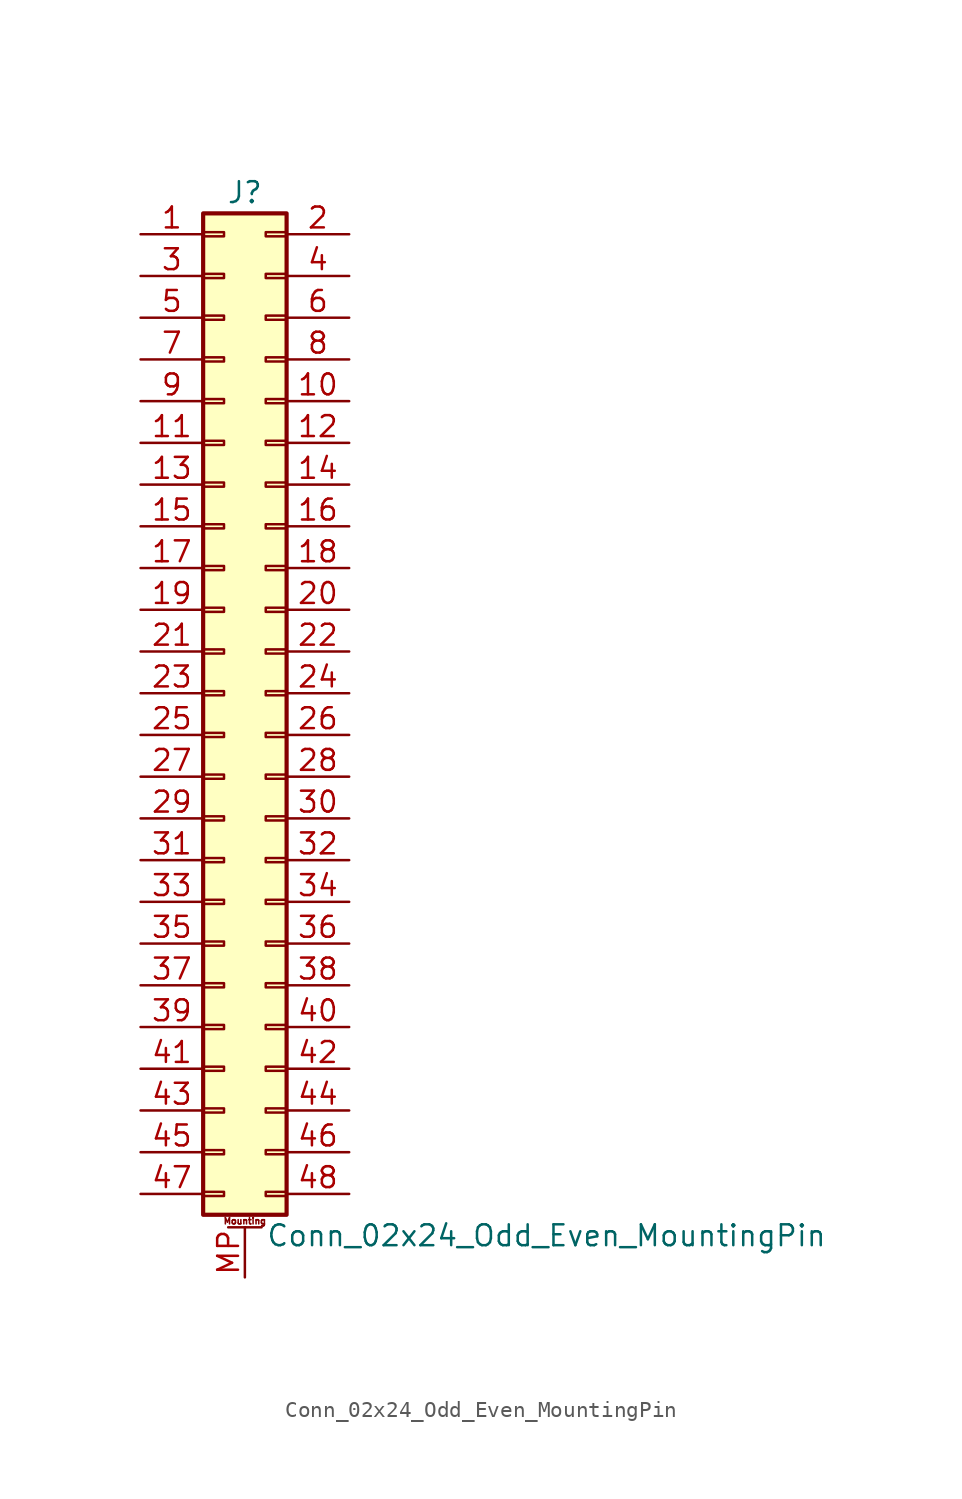
<source format=kicad_sym>
(kicad_symbol_lib
  (version 20201005)
  (generator kicad_symbol_editor)
  (symbol "Conn_02x24_Odd_Even_MountingPin"
    (pin_names
      (offset 1.016) hide)
    (property "Reference" "J"
      (at 1.27 30.48 0)
      (effects (font (size 1.27 1.27))))
    (property "Value" "Conn_02x24_Odd_Even_MountingPin"
      (at 2.54 -33.02 0)
      (effects (font (size 1.27 1.27)) (justify left)))
    (symbol "Conn_02x24_Odd_Even_MountingPin_1_1"
      (text "Mounting" (at 1.27 -32.131 0) (effects (font (size 0.381 0.381))))
      (rectangle (start -1.27 -30.353) (end 0 -30.607) (stroke (width 0.152)) (fill (type none)))
      (rectangle (start -1.27 -27.813) (end 0 -28.067) (stroke (width 0.152)) (fill (type none)))
      (rectangle (start -1.27 -25.273) (end 0 -25.527) (stroke (width 0.152)) (fill (type none)))
      (rectangle (start -1.27 -22.733) (end 0 -22.987) (stroke (width 0.152)) (fill (type none)))
      (rectangle (start -1.27 -20.193) (end 0 -20.447) (stroke (width 0.152)) (fill (type none)))
      (rectangle (start -1.27 -17.653) (end 0 -17.907) (stroke (width 0.152)) (fill (type none)))
      (rectangle (start -1.27 -15.113) (end 0 -15.367) (stroke (width 0.152)) (fill (type none)))
      (rectangle (start -1.27 -12.573) (end 0 -12.827) (stroke (width 0.152)) (fill (type none)))
      (rectangle (start -1.27 -10.033) (end 0 -10.287) (stroke (width 0.152)) (fill (type none)))
      (rectangle (start -1.27 -7.493) (end 0 -7.747) (stroke (width 0.152)) (fill (type none)))
      (rectangle (start -1.27 -4.953) (end 0 -5.207) (stroke (width 0.152)) (fill (type none)))
      (rectangle (start -1.27 -2.413) (end 0 -2.667) (stroke (width 0.152)) (fill (type none)))
      (rectangle (start -1.27 0.127) (end 0 -0.127) (stroke (width 0.152)) (fill (type none)))
      (rectangle (start -1.27 2.667) (end 0 2.413) (stroke (width 0.152)) (fill (type none)))
      (rectangle (start -1.27 5.207) (end 0 4.953) (stroke (width 0.152)) (fill (type none)))
      (rectangle (start -1.27 7.747) (end 0 7.493) (stroke (width 0.152)) (fill (type none)))
      (rectangle (start -1.27 10.287) (end 0 10.033) (stroke (width 0.152)) (fill (type none)))
      (rectangle (start -1.27 12.827) (end 0 12.573) (stroke (width 0.152)) (fill (type none)))
      (rectangle (start -1.27 15.367) (end 0 15.113) (stroke (width 0.152)) (fill (type none)))
      (rectangle (start -1.27 17.907) (end 0 17.653) (stroke (width 0.152)) (fill (type none)))
      (rectangle (start -1.27 20.447) (end 0 20.193) (stroke (width 0.152)) (fill (type none)))
      (rectangle (start -1.27 22.987) (end 0 22.733) (stroke (width 0.152)) (fill (type none)))
      (rectangle (start -1.27 25.527) (end 0 25.273) (stroke (width 0.152)) (fill (type none)))
      (rectangle (start -1.27 28.067) (end 0 27.813) (stroke (width 0.152)) (fill (type none)))
      (rectangle (start -1.27 29.21) (end 3.81 -31.75) (stroke (width 0.254)) (fill (type background)))
      (rectangle (start 3.81 -30.353) (end 2.54 -30.607) (stroke (width 0.152)) (fill (type none)))
      (rectangle (start 3.81 -27.813) (end 2.54 -28.067) (stroke (width 0.152)) (fill (type none)))
      (rectangle (start 3.81 -25.273) (end 2.54 -25.527) (stroke (width 0.152)) (fill (type none)))
      (rectangle (start 3.81 -22.733) (end 2.54 -22.987) (stroke (width 0.152)) (fill (type none)))
      (rectangle (start 3.81 -20.193) (end 2.54 -20.447) (stroke (width 0.152)) (fill (type none)))
      (rectangle (start 3.81 -17.653) (end 2.54 -17.907) (stroke (width 0.152)) (fill (type none)))
      (rectangle (start 3.81 -15.113) (end 2.54 -15.367) (stroke (width 0.152)) (fill (type none)))
      (rectangle (start 3.81 -12.573) (end 2.54 -12.827) (stroke (width 0.152)) (fill (type none)))
      (rectangle (start 3.81 -10.033) (end 2.54 -10.287) (stroke (width 0.152)) (fill (type none)))
      (rectangle (start 3.81 -7.493) (end 2.54 -7.747) (stroke (width 0.152)) (fill (type none)))
      (rectangle (start 3.81 -4.953) (end 2.54 -5.207) (stroke (width 0.152)) (fill (type none)))
      (rectangle (start 3.81 -2.413) (end 2.54 -2.667) (stroke (width 0.152)) (fill (type none)))
      (rectangle (start 3.81 0.127) (end 2.54 -0.127) (stroke (width 0.152)) (fill (type none)))
      (rectangle (start 3.81 2.667) (end 2.54 2.413) (stroke (width 0.152)) (fill (type none)))
      (rectangle (start 3.81 5.207) (end 2.54 4.953) (stroke (width 0.152)) (fill (type none)))
      (rectangle (start 3.81 7.747) (end 2.54 7.493) (stroke (width 0.152)) (fill (type none)))
      (rectangle (start 3.81 10.287) (end 2.54 10.033) (stroke (width 0.152)) (fill (type none)))
      (rectangle (start 3.81 12.827) (end 2.54 12.573) (stroke (width 0.152)) (fill (type none)))
      (rectangle (start 3.81 15.367) (end 2.54 15.113) (stroke (width 0.152)) (fill (type none)))
      (rectangle (start 3.81 17.907) (end 2.54 17.653) (stroke (width 0.152)) (fill (type none)))
      (rectangle (start 3.81 20.447) (end 2.54 20.193) (stroke (width 0.152)) (fill (type none)))
      (rectangle (start 3.81 22.987) (end 2.54 22.733) (stroke (width 0.152)) (fill (type none)))
      (rectangle (start 3.81 25.527) (end 2.54 25.273) (stroke (width 0.152)) (fill (type none)))
      (rectangle (start 3.81 28.067) (end 2.54 27.813) (stroke (width 0.152)) (fill (type none)))
      (polyline (pts (xy 0.254 -32.512) (xy 2.286 -32.512)) (stroke (width 0.152)) (fill (type none)))
      (pin passive line (at -5.08 27.94 0) (length 3.81) (name "Pin_1" (effects (font (size 1.27 1.27)))) (number "1" (effects (font (size 1.27 1.27)))))
      (pin passive line (at 7.62 17.78 180) (length 3.81) (name "Pin_10" (effects (font (size 1.27 1.27)))) (number "10" (effects (font (size 1.27 1.27)))))
      (pin passive line (at -5.08 15.24 0) (length 3.81) (name "Pin_11" (effects (font (size 1.27 1.27)))) (number "11" (effects (font (size 1.27 1.27)))))
      (pin passive line (at 7.62 15.24 180) (length 3.81) (name "Pin_12" (effects (font (size 1.27 1.27)))) (number "12" (effects (font (size 1.27 1.27)))))
      (pin passive line (at -5.08 12.7 0) (length 3.81) (name "Pin_13" (effects (font (size 1.27 1.27)))) (number "13" (effects (font (size 1.27 1.27)))))
      (pin passive line (at 7.62 12.7 180) (length 3.81) (name "Pin_14" (effects (font (size 1.27 1.27)))) (number "14" (effects (font (size 1.27 1.27)))))
      (pin passive line (at -5.08 10.16 0) (length 3.81) (name "Pin_15" (effects (font (size 1.27 1.27)))) (number "15" (effects (font (size 1.27 1.27)))))
      (pin passive line (at 7.62 10.16 180) (length 3.81) (name "Pin_16" (effects (font (size 1.27 1.27)))) (number "16" (effects (font (size 1.27 1.27)))))
      (pin passive line (at -5.08 7.62 0) (length 3.81) (name "Pin_17" (effects (font (size 1.27 1.27)))) (number "17" (effects (font (size 1.27 1.27)))))
      (pin passive line (at 7.62 7.62 180) (length 3.81) (name "Pin_18" (effects (font (size 1.27 1.27)))) (number "18" (effects (font (size 1.27 1.27)))))
      (pin passive line (at -5.08 5.08 0) (length 3.81) (name "Pin_19" (effects (font (size 1.27 1.27)))) (number "19" (effects (font (size 1.27 1.27)))))
      (pin passive line (at 7.62 27.94 180) (length 3.81) (name "Pin_2" (effects (font (size 1.27 1.27)))) (number "2" (effects (font (size 1.27 1.27)))))
      (pin passive line (at 7.62 5.08 180) (length 3.81) (name "Pin_20" (effects (font (size 1.27 1.27)))) (number "20" (effects (font (size 1.27 1.27)))))
      (pin passive line (at -5.08 2.54 0) (length 3.81) (name "Pin_21" (effects (font (size 1.27 1.27)))) (number "21" (effects (font (size 1.27 1.27)))))
      (pin passive line (at 7.62 2.54 180) (length 3.81) (name "Pin_22" (effects (font (size 1.27 1.27)))) (number "22" (effects (font (size 1.27 1.27)))))
      (pin passive line (at -5.08 0 0) (length 3.81) (name "Pin_23" (effects (font (size 1.27 1.27)))) (number "23" (effects (font (size 1.27 1.27)))))
      (pin passive line (at 7.62 0 180) (length 3.81) (name "Pin_24" (effects (font (size 1.27 1.27)))) (number "24" (effects (font (size 1.27 1.27)))))
      (pin passive line (at -5.08 -2.54 0) (length 3.81) (name "Pin_25" (effects (font (size 1.27 1.27)))) (number "25" (effects (font (size 1.27 1.27)))))
      (pin passive line (at 7.62 -2.54 180) (length 3.81) (name "Pin_26" (effects (font (size 1.27 1.27)))) (number "26" (effects (font (size 1.27 1.27)))))
      (pin passive line (at -5.08 -5.08 0) (length 3.81) (name "Pin_27" (effects (font (size 1.27 1.27)))) (number "27" (effects (font (size 1.27 1.27)))))
      (pin passive line (at 7.62 -5.08 180) (length 3.81) (name "Pin_28" (effects (font (size 1.27 1.27)))) (number "28" (effects (font (size 1.27 1.27)))))
      (pin passive line (at -5.08 -7.62 0) (length 3.81) (name "Pin_29" (effects (font (size 1.27 1.27)))) (number "29" (effects (font (size 1.27 1.27)))))
      (pin passive line (at -5.08 25.4 0) (length 3.81) (name "Pin_3" (effects (font (size 1.27 1.27)))) (number "3" (effects (font (size 1.27 1.27)))))
      (pin passive line (at 7.62 -7.62 180) (length 3.81) (name "Pin_30" (effects (font (size 1.27 1.27)))) (number "30" (effects (font (size 1.27 1.27)))))
      (pin passive line (at -5.08 -10.16 0) (length 3.81) (name "Pin_31" (effects (font (size 1.27 1.27)))) (number "31" (effects (font (size 1.27 1.27)))))
      (pin passive line (at 7.62 -10.16 180) (length 3.81) (name "Pin_32" (effects (font (size 1.27 1.27)))) (number "32" (effects (font (size 1.27 1.27)))))
      (pin passive line (at -5.08 -12.7 0) (length 3.81) (name "Pin_33" (effects (font (size 1.27 1.27)))) (number "33" (effects (font (size 1.27 1.27)))))
      (pin passive line (at 7.62 -12.7 180) (length 3.81) (name "Pin_34" (effects (font (size 1.27 1.27)))) (number "34" (effects (font (size 1.27 1.27)))))
      (pin passive line (at -5.08 -15.24 0) (length 3.81) (name "Pin_35" (effects (font (size 1.27 1.27)))) (number "35" (effects (font (size 1.27 1.27)))))
      (pin passive line (at 7.62 -15.24 180) (length 3.81) (name "Pin_36" (effects (font (size 1.27 1.27)))) (number "36" (effects (font (size 1.27 1.27)))))
      (pin passive line (at -5.08 -17.78 0) (length 3.81) (name "Pin_37" (effects (font (size 1.27 1.27)))) (number "37" (effects (font (size 1.27 1.27)))))
      (pin passive line (at 7.62 -17.78 180) (length 3.81) (name "Pin_38" (effects (font (size 1.27 1.27)))) (number "38" (effects (font (size 1.27 1.27)))))
      (pin passive line (at -5.08 -20.32 0) (length 3.81) (name "Pin_39" (effects (font (size 1.27 1.27)))) (number "39" (effects (font (size 1.27 1.27)))))
      (pin passive line (at 7.62 25.4 180) (length 3.81) (name "Pin_4" (effects (font (size 1.27 1.27)))) (number "4" (effects (font (size 1.27 1.27)))))
      (pin passive line (at 7.62 -20.32 180) (length 3.81) (name "Pin_40" (effects (font (size 1.27 1.27)))) (number "40" (effects (font (size 1.27 1.27)))))
      (pin passive line (at -5.08 -22.86 0) (length 3.81) (name "Pin_41" (effects (font (size 1.27 1.27)))) (number "41" (effects (font (size 1.27 1.27)))))
      (pin passive line (at 7.62 -22.86 180) (length 3.81) (name "Pin_42" (effects (font (size 1.27 1.27)))) (number "42" (effects (font (size 1.27 1.27)))))
      (pin passive line (at -5.08 -25.4 0) (length 3.81) (name "Pin_43" (effects (font (size 1.27 1.27)))) (number "43" (effects (font (size 1.27 1.27)))))
      (pin passive line (at 7.62 -25.4 180) (length 3.81) (name "Pin_44" (effects (font (size 1.27 1.27)))) (number "44" (effects (font (size 1.27 1.27)))))
      (pin passive line (at -5.08 -27.94 0) (length 3.81) (name "Pin_45" (effects (font (size 1.27 1.27)))) (number "45" (effects (font (size 1.27 1.27)))))
      (pin passive line (at 7.62 -27.94 180) (length 3.81) (name "Pin_46" (effects (font (size 1.27 1.27)))) (number "46" (effects (font (size 1.27 1.27)))))
      (pin passive line (at -5.08 -30.48 0) (length 3.81) (name "Pin_47" (effects (font (size 1.27 1.27)))) (number "47" (effects (font (size 1.27 1.27)))))
      (pin passive line (at 7.62 -30.48 180) (length 3.81) (name "Pin_48" (effects (font (size 1.27 1.27)))) (number "48" (effects (font (size 1.27 1.27)))))
      (pin passive line (at -5.08 22.86 0) (length 3.81) (name "Pin_5" (effects (font (size 1.27 1.27)))) (number "5" (effects (font (size 1.27 1.27)))))
      (pin passive line (at 7.62 22.86 180) (length 3.81) (name "Pin_6" (effects (font (size 1.27 1.27)))) (number "6" (effects (font (size 1.27 1.27)))))
      (pin passive line (at -5.08 20.32 0) (length 3.81) (name "Pin_7" (effects (font (size 1.27 1.27)))) (number "7" (effects (font (size 1.27 1.27)))))
      (pin passive line (at 7.62 20.32 180) (length 3.81) (name "Pin_8" (effects (font (size 1.27 1.27)))) (number "8" (effects (font (size 1.27 1.27)))))
      (pin passive line (at -5.08 17.78 0) (length 3.81) (name "Pin_9" (effects (font (size 1.27 1.27)))) (number "9" (effects (font (size 1.27 1.27)))))
      (pin passive line (at 1.27 -35.56 90) (length 3.048) (name "MountPin" (effects (font (size 1.27 1.27)))) (number "MP" (effects (font (size 1.27 1.27))))))))
</source>
